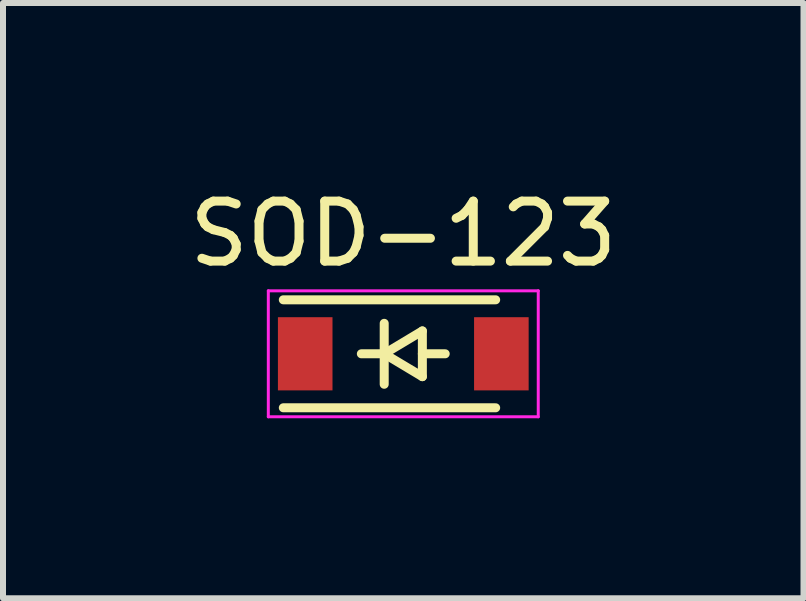
<source format=kicad_pcb>
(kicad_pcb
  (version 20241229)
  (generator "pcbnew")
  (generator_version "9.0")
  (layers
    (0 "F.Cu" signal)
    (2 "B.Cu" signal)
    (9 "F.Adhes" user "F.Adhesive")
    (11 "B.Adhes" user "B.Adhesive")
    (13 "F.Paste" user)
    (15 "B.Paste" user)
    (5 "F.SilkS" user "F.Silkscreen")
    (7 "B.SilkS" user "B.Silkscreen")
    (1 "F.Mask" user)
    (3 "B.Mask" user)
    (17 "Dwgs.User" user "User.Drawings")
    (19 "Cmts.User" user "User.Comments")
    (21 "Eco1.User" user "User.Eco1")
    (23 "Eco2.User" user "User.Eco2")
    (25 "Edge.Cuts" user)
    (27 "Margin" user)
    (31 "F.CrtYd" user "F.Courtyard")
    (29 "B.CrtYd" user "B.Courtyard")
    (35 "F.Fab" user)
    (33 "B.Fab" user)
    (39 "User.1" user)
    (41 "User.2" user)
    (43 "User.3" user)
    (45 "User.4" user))
  (footprint "SOD-123"
    (layer "F.Cu")
    (at 3.673 2.848)
    (property "Reference" "SOD-123" (at 0 -2 0) (layer "F.SilkS") (effects (font (size 1 1) (thickness 0.15))))
    (attr smd)
    (fp_line (start -2 -0.9) (end 1.54 -0.9) (stroke (width 0.15) (type solid)) (layer "F.SilkS"))
    (fp_line (start -2 0.9) (end 1.54 0.9) (stroke (width 0.15) (type solid)) (layer "F.SilkS"))
    (fp_line (start -0.699 0) (end -0.318 0) (stroke (width 0.15) (type solid)) (layer "F.SilkS"))
    (fp_line (start -0.318 -0.508) (end -0.318 0.508) (stroke (width 0.15) (type solid)) (layer "F.SilkS"))
    (fp_line (start -0.318 0) (end 0.318 -0.381) (stroke (width 0.15) (type solid)) (layer "F.SilkS"))
    (fp_line (start 0.318 -0.381) (end 0.318 0.381) (stroke (width 0.15) (type solid)) (layer "F.SilkS"))
    (fp_line (start 0.318 0) (end 0.699 0) (stroke (width 0.15) (type solid)) (layer "F.SilkS"))
    (fp_line (start 0.318 0.381) (end -0.318 0) (stroke (width 0.15) (type solid)) (layer "F.SilkS"))
    (fp_line (start -2.25 -1.05) (end -2.25 1.05) (stroke (width 0.05) (type solid)) (layer "F.CrtYd"))
    (fp_line (start -2.25 -1.05) (end 2.25 -1.05) (stroke (width 0.05) (type solid)) (layer "F.CrtYd"))
    (fp_line (start 2.25 -1.05) (end 2.25 1.05) (stroke (width 0.05) (type solid)) (layer "F.CrtYd"))
    (fp_line (start 2.25 1.05) (end -2.25 1.05) (stroke (width 0.05) (type solid)) (layer "F.CrtYd"))
    (pad "1" smd rect (at -1.635 0) (size 0.91 1.22) (layers "F.Cu" "F.Mask" "F.Paste"))
    (pad "2" smd rect (at 1.635 0) (size 0.91 1.22) (layers "F.Cu" "F.Mask" "F.Paste")))
  (gr_rect
    (start -3 -3)
    (end 10.345 6.923)
    (stroke (width 0.1) (type default))
    (fill no)
    (layer "Edge.Cuts")))
</source>
